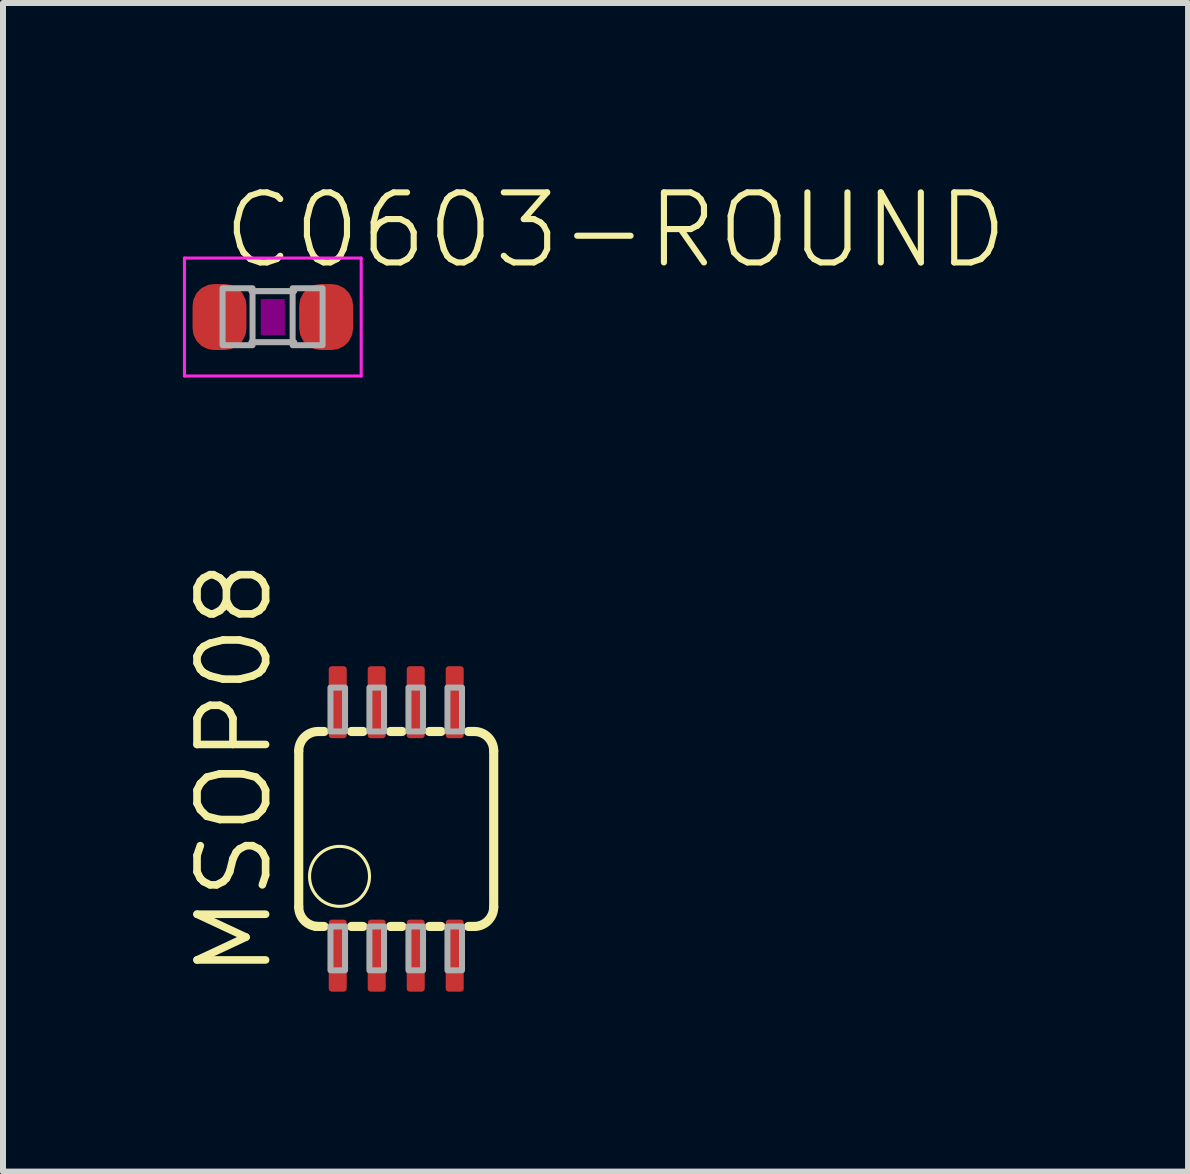
<source format=kicad_pcb>
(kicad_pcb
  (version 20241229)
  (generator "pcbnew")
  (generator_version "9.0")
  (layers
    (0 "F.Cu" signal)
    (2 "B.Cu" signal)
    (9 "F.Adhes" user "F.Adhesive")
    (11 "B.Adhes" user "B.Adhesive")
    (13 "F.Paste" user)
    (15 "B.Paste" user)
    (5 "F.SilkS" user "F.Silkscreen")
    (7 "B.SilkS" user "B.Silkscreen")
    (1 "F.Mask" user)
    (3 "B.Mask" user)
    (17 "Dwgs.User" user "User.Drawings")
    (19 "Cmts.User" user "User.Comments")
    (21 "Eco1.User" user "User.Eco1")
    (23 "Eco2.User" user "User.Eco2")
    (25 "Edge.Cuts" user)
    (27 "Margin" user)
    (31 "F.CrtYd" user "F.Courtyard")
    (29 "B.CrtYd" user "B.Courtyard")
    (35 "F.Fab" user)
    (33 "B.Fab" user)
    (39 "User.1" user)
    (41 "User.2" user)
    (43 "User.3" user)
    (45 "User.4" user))
  (footprint "C0603-ROUND"
    (layer "F.Cu")
    (at 1.498 2.235)
    (property "Reference" "C0603-ROUND" (at -0.889 -0.762 0) (layer "F.SilkS") (effects (font (size 1.168 1.168) (thickness 0.102)) (justify left bottom)))
    (fp_poly (pts (xy -0.2 0.3) (xy 0.2 0.3) (xy 0.2 -0.3) (xy -0.2 -0.3)) (stroke (width 0) (type default)) (fill yes) (layer "F.Adhes"))
    (fp_line (start -1.473 -0.983) (end 1.473 -0.983) (stroke (width 0.051) (type solid)) (layer "F.CrtYd"))
    (fp_line (start -1.473 0.983) (end -1.473 -0.983) (stroke (width 0.051) (type solid)) (layer "F.CrtYd"))
    (fp_line (start 1.473 -0.983) (end 1.473 0.983) (stroke (width 0.051) (type solid)) (layer "F.CrtYd"))
    (fp_line (start 1.473 0.983) (end -1.473 0.983) (stroke (width 0.051) (type solid)) (layer "F.CrtYd"))
    (fp_line (start -0.356 -0.432) (end 0.356 -0.432) (stroke (width 0.102) (type solid)) (layer "F.Fab"))
    (fp_line (start -0.356 0.419) (end 0.356 0.419) (stroke (width 0.102) (type solid)) (layer "F.Fab"))
    (fp_poly (pts (xy -0.838 0.47) (xy -0.338 0.47) (xy -0.338 -0.48) (xy -0.838 -0.48)) (stroke (width 0.1) (type default)) (fill no) (layer "F.Fab"))
    (fp_poly (pts (xy 0.33 0.47) (xy 0.83 0.47) (xy 0.83 -0.48) (xy 0.33 -0.48)) (stroke (width 0.1) (type default)) (fill no) (layer "F.Fab"))
    (pad "1" smd roundrect (at -0.889 0 90) (size 1.1 0.898) (layers "F.Cu" "F.Mask" "F.Paste") (roundrect_rratio 0.4))
    (pad "2" smd roundrect (at 0.889 0 90) (size 1.1 0.898) (layers "F.Cu" "F.Mask" "F.Paste") (roundrect_rratio 0.4)))
  (footprint "MSOP08"
    (layer "F.Cu")
    (at 3.556 10.768)
    (property "Reference" "MSOP08" (at -2.032 2.54 90) (layer "F.SilkS") (effects (font (size 1.143 1.143) (thickness 0.127)) (justify left bottom)))
    (fp_line (start -1.626 1.301) (end -1.626 -1.299) (stroke (width 0.152) (type solid)) (layer "F.SilkS"))
    (fp_line (start -1.341 1.626) (end -1.204 1.626) (stroke (width 0.152) (type solid)) (layer "F.SilkS"))
    (fp_line (start -1.301 -1.624) (end -1.204 -1.624) (stroke (width 0.152) (type solid)) (layer "F.SilkS"))
    (fp_line (start -0.747 -1.624) (end -0.554 -1.624) (stroke (width 0.152) (type solid)) (layer "F.SilkS"))
    (fp_line (start -0.747 1.626) (end -0.554 1.626) (stroke (width 0.152) (type solid)) (layer "F.SilkS"))
    (fp_line (start -0.097 -1.624) (end 0.096 -1.624) (stroke (width 0.152) (type solid)) (layer "F.SilkS"))
    (fp_line (start -0.097 1.626) (end 0.096 1.626) (stroke (width 0.152) (type solid)) (layer "F.SilkS"))
    (fp_line (start 0.553 -1.624) (end 0.746 -1.624) (stroke (width 0.152) (type solid)) (layer "F.SilkS"))
    (fp_line (start 0.553 1.626) (end 0.746 1.626) (stroke (width 0.152) (type solid)) (layer "F.SilkS"))
    (fp_line (start 1.203 -1.624) (end 1.299 -1.624) (stroke (width 0.152) (type solid)) (layer "F.SilkS"))
    (fp_line (start 1.203 1.626) (end 1.299 1.626) (stroke (width 0.152) (type solid)) (layer "F.SilkS"))
    (fp_line (start 1.624 -1.299) (end 1.624 1.301) (stroke (width 0.152) (type solid)) (layer "F.SilkS"))
    (fp_arc (start -1.626 -1.299) (mid -1.53081 -1.52881) (end -1.301 -1.624) (stroke (width 0.1524) (type solid)) (layer "F.SilkS"))
    (fp_arc (start -1.301 1.626) (mid -1.53081 1.53081) (end -1.626 1.301) (stroke (width 0.1524) (type solid)) (layer "F.SilkS"))
    (fp_arc (start 1.299 -1.624) (mid 1.52881 -1.52881) (end 1.624 -1.299) (stroke (width 0.1524) (type solid)) (layer "F.SilkS"))
    (fp_arc (start 1.624 1.301) (mid 1.52881 1.53081) (end 1.299 1.626) (stroke (width 0.1524) (type solid)) (layer "F.SilkS"))
    (fp_circle (center -0.946 0.791) (end -0.446 0.791) (stroke (width 0.051) (type solid)) (fill no) (layer "F.SilkS"))
    (fp_poly (pts (xy -1.097 -1.624) (xy -0.854 -1.624) (xy -0.854 -2.356) (xy -1.097 -2.356)) (stroke (width 0.1) (type default)) (fill no) (layer "F.Fab"))
    (fp_poly (pts (xy -1.097 2.357) (xy -0.854 2.357) (xy -0.854 1.626) (xy -1.097 1.626)) (stroke (width 0.1) (type default)) (fill no) (layer "F.Fab"))
    (fp_poly (pts (xy -0.448 -1.624) (xy -0.204 -1.624) (xy -0.204 -2.356) (xy -0.448 -2.356)) (stroke (width 0.1) (type default)) (fill no) (layer "F.Fab"))
    (fp_poly (pts (xy -0.448 2.357) (xy -0.204 2.357) (xy -0.204 1.626) (xy -0.448 1.626)) (stroke (width 0.1) (type default)) (fill no) (layer "F.Fab"))
    (fp_poly (pts (xy 0.203 -1.624) (xy 0.446 -1.624) (xy 0.446 -2.356) (xy 0.203 -2.356)) (stroke (width 0.1) (type default)) (fill no) (layer "F.Fab"))
    (fp_poly (pts (xy 0.203 2.357) (xy 0.446 2.357) (xy 0.446 1.626) (xy 0.203 1.626)) (stroke (width 0.1) (type default)) (fill no) (layer "F.Fab"))
    (fp_poly (pts (xy 0.853 -1.624) (xy 1.096 -1.624) (xy 1.096 -2.356) (xy 0.853 -2.356)) (stroke (width 0.1) (type default)) (fill no) (layer "F.Fab"))
    (fp_poly (pts (xy 0.853 2.357) (xy 1.096 2.357) (xy 1.096 1.626) (xy 0.853 1.626)) (stroke (width 0.1) (type default)) (fill no) (layer "F.Fab"))
    (pad "1" smd roundrect (at -0.976 2.113) (size 0.3 1.2) (layers "F.Cu" "F.Mask" "F.Paste") (roundrect_rratio 0.169))
    (pad "2" smd roundrect (at -0.326 2.113) (size 0.3 1.2) (layers "F.Cu" "F.Mask" "F.Paste") (roundrect_rratio 0.169))
    (pad "3" smd roundrect (at 0.324 2.113) (size 0.3 1.2) (layers "F.Cu" "F.Mask" "F.Paste") (roundrect_rratio 0.169))
    (pad "4" smd roundrect (at 0.974 2.113) (size 0.3 1.2) (layers "F.Cu" "F.Mask" "F.Paste") (roundrect_rratio 0.169))
    (pad "5" smd roundrect (at 0.974 -2.112) (size 0.3 1.2) (layers "F.Cu" "F.Mask" "F.Paste") (roundrect_rratio 0.169))
    (pad "6" smd roundrect (at 0.324 -2.112) (size 0.3 1.2) (layers "F.Cu" "F.Mask" "F.Paste") (roundrect_rratio 0.169))
    (pad "7" smd roundrect (at -0.326 -2.112) (size 0.3 1.2) (layers "F.Cu" "F.Mask" "F.Paste") (roundrect_rratio 0.169))
    (pad "8" smd roundrect (at -0.976 -2.112) (size 0.3 1.2) (layers "F.Cu" "F.Mask" "F.Paste") (roundrect_rratio 0.169)))
  (gr_rect
    (start -3 -3)
    (end 16.755 16.481)
    (stroke (width 0.1) (type default))
    (fill no)
    (layer "Edge.Cuts")))
</source>
